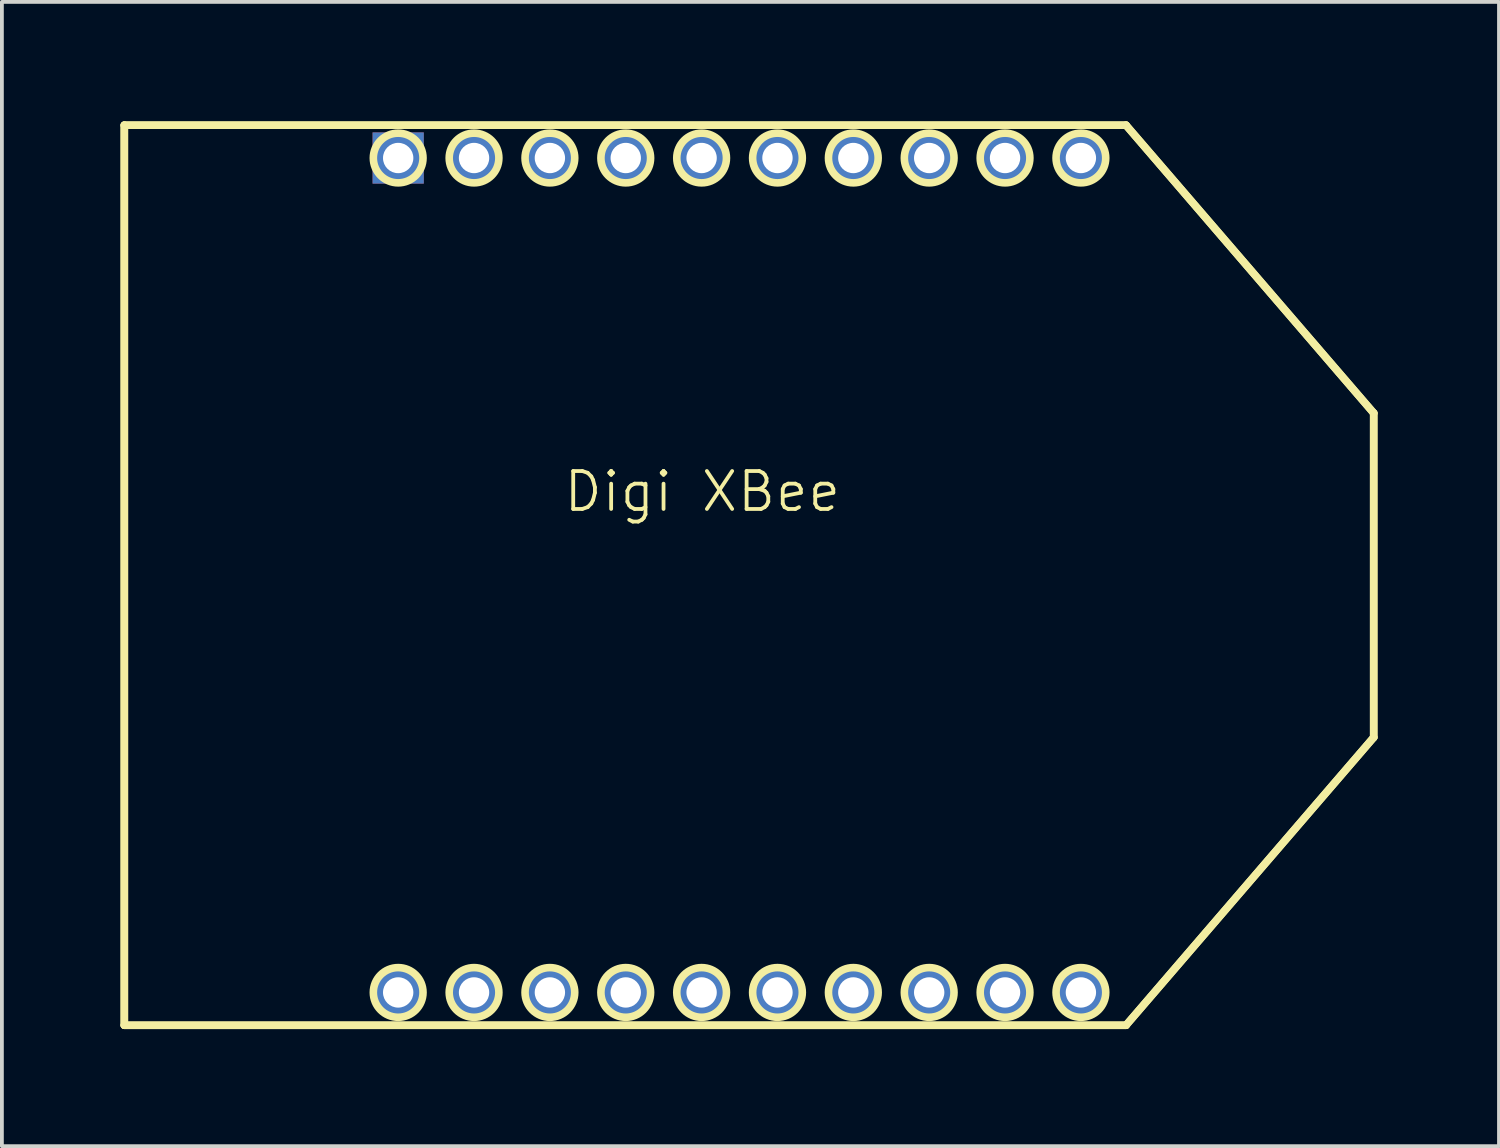
<source format=kicad_pcb>
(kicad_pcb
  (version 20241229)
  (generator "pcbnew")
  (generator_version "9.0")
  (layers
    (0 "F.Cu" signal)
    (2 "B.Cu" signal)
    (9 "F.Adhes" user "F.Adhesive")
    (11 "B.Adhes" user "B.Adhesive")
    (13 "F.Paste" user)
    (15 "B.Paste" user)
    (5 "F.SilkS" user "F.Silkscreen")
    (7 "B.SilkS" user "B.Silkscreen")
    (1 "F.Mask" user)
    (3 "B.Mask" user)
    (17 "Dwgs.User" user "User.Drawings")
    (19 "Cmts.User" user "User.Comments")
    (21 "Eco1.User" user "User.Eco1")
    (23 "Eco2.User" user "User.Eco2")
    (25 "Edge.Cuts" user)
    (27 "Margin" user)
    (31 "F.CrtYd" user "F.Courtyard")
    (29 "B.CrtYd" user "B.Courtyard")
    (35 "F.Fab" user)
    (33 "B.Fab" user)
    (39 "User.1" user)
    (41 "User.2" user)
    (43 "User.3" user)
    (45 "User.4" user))
  (footprint "Digi XBee"
    (layer "F.Cu")
    (at 15.468 10.411)
    (property "Reference" "Digi XBee" (at 0 -0.5 0) (unlocked yes) (layer "F.SilkS") (effects (font (size 1 1) (thickness 0.1))))
    (attr through_hole)
    (fp_line (start -15.24 -10.16) (end -15.24 13.57) (stroke (width 0.2) (type solid)) (layer "F.SilkS"))
    (fp_line (start -15.24 -10.16) (end -15.24 13.57) (stroke (width 0.2) (type solid)) (layer "F.SilkS"))
    (fp_line (start -15.24 13.57) (end 11.17 13.57) (stroke (width 0.2) (type solid)) (layer "F.SilkS"))
    (fp_line (start -15.24 13.57) (end 11.17 13.57) (stroke (width 0.2) (type solid)) (layer "F.SilkS"))
    (fp_line (start 11.17 -10.16) (end -15.24 -10.16) (stroke (width 0.2) (type solid)) (layer "F.SilkS"))
    (fp_line (start 11.17 -10.16) (end -15.24 -10.16) (stroke (width 0.2) (type solid)) (layer "F.SilkS"))
    (fp_line (start 11.17 13.57) (end 17.7 5.98) (stroke (width 0.2) (type solid)) (layer "F.SilkS"))
    (fp_line (start 11.17 13.57) (end 17.7 5.98) (stroke (width 0.2) (type solid)) (layer "F.SilkS"))
    (fp_line (start 17.7 -2.57) (end 11.17 -10.16) (stroke (width 0.2) (type solid)) (layer "F.SilkS"))
    (fp_line (start 17.7 -2.57) (end 11.17 -10.16) (stroke (width 0.2) (type solid)) (layer "F.SilkS"))
    (fp_line (start 17.7 5.98) (end 17.7 -2.57) (stroke (width 0.2) (type solid)) (layer "F.SilkS"))
    (fp_line (start 17.7 5.98) (end 17.7 -2.57) (stroke (width 0.2) (type solid)) (layer "F.SilkS"))
    (fp_circle (center -8.02 -9.295) (end -7.365 -9.295) (stroke (width 0.2) (type solid)) (fill no) (layer "F.SilkS"))
    (fp_circle (center -8.02 12.705) (end -7.365 12.705) (stroke (width 0.2) (type solid)) (fill no) (layer "F.SilkS"))
    (fp_circle (center -6.02 -9.295) (end -5.365 -9.295) (stroke (width 0.2) (type solid)) (fill no) (layer "F.SilkS"))
    (fp_circle (center -6.02 12.705) (end -5.365 12.705) (stroke (width 0.2) (type solid)) (fill no) (layer "F.SilkS"))
    (fp_circle (center -4.02 -9.295) (end -3.365 -9.295) (stroke (width 0.2) (type solid)) (fill no) (layer "F.SilkS"))
    (fp_circle (center -4.02 12.705) (end -3.365 12.705) (stroke (width 0.2) (type solid)) (fill no) (layer "F.SilkS"))
    (fp_circle (center -2.02 -9.295) (end -1.365 -9.295) (stroke (width 0.2) (type solid)) (fill no) (layer "F.SilkS"))
    (fp_circle (center -2.02 12.705) (end -1.365 12.705) (stroke (width 0.2) (type solid)) (fill no) (layer "F.SilkS"))
    (fp_circle (center -0.02 -9.295) (end 0.635 -9.295) (stroke (width 0.2) (type solid)) (fill no) (layer "F.SilkS"))
    (fp_circle (center -0.02 12.705) (end 0.635 12.705) (stroke (width 0.2) (type solid)) (fill no) (layer "F.SilkS"))
    (fp_circle (center 1.98 -9.295) (end 2.635 -9.295) (stroke (width 0.2) (type solid)) (fill no) (layer "F.SilkS"))
    (fp_circle (center 1.98 12.705) (end 2.635 12.705) (stroke (width 0.2) (type solid)) (fill no) (layer "F.SilkS"))
    (fp_circle (center 3.98 -9.295) (end 4.635 -9.295) (stroke (width 0.2) (type solid)) (fill no) (layer "F.SilkS"))
    (fp_circle (center 3.98 12.705) (end 4.635 12.705) (stroke (width 0.2) (type solid)) (fill no) (layer "F.SilkS"))
    (fp_circle (center 5.98 -9.295) (end 6.635 -9.295) (stroke (width 0.2) (type solid)) (fill no) (layer "F.SilkS"))
    (fp_circle (center 5.98 12.705) (end 6.635 12.705) (stroke (width 0.2) (type solid)) (fill no) (layer "F.SilkS"))
    (fp_circle (center 7.98 -9.295) (end 8.635 -9.295) (stroke (width 0.2) (type solid)) (fill no) (layer "F.SilkS"))
    (fp_circle (center 7.98 12.705) (end 8.635 12.705) (stroke (width 0.2) (type solid)) (fill no) (layer "F.SilkS"))
    (fp_circle (center 9.98 -9.295) (end 10.635 -9.295) (stroke (width 0.2) (type solid)) (fill no) (layer "F.SilkS"))
    (fp_circle (center 9.98 12.705) (end 10.635 12.705) (stroke (width 0.2) (type solid)) (fill no) (layer "F.SilkS"))
    (fp_line (start -15.367 -10.31) (end -15.367 13.657) (stroke (width 0.202) (type solid)) (layer "Margin"))
    (fp_line (start -15.367 -10.31) (end -15.367 13.657) (stroke (width 0.202) (type solid)) (layer "Margin"))
    (fp_line (start -15.367 13.657) (end 11.307 13.657) (stroke (width 0.202) (type solid)) (layer "Margin"))
    (fp_line (start -15.367 13.657) (end 11.307 13.657) (stroke (width 0.202) (type solid)) (layer "Margin"))
    (fp_line (start 11.307 -10.31) (end -15.367 -10.31) (stroke (width 0.202) (type solid)) (layer "Margin"))
    (fp_line (start 11.307 -10.31) (end -15.367 -10.31) (stroke (width 0.202) (type solid)) (layer "Margin"))
    (fp_line (start 11.307 13.657) (end 17.903 5.991) (stroke (width 0.202) (type solid)) (layer "Margin"))
    (fp_line (start 11.307 13.657) (end 17.903 5.991) (stroke (width 0.202) (type solid)) (layer "Margin"))
    (fp_line (start 17.903 -2.644) (end 11.307 -10.31) (stroke (width 0.202) (type solid)) (layer "Margin"))
    (fp_line (start 17.903 -2.644) (end 11.307 -10.31) (stroke (width 0.202) (type solid)) (layer "Margin"))
    (fp_line (start 17.903 5.991) (end 17.903 -2.644) (stroke (width 0.202) (type solid)) (layer "Margin"))
    (fp_line (start 17.903 5.991) (end 17.903 -2.644) (stroke (width 0.202) (type solid)) (layer "Margin"))
    (pad "1" thru_hole oval (at 9.98 -9.295 90) (size 1.35 1.35) (drill 0.8) (layers "*.Cu" "*.Mask"))
    (pad "2" thru_hole oval (at 7.98 -9.295 90) (size 1.35 1.35) (drill 0.8) (layers "*.Cu" "*.Mask"))
    (pad "3" thru_hole oval (at 5.98 -9.295 90) (size 1.35 1.35) (drill 0.8) (layers "*.Cu" "*.Mask"))
    (pad "4" thru_hole oval (at 3.98 -9.295 90) (size 1.35 1.35) (drill 0.8) (layers "*.Cu" "*.Mask"))
    (pad "5" thru_hole oval (at 1.98 -9.295 90) (size 1.35 1.35) (drill 0.8) (layers "*.Cu" "*.Mask"))
    (pad "6" thru_hole oval (at -0.02 -9.295 90) (size 1.35 1.35) (drill 0.8) (layers "*.Cu" "*.Mask"))
    (pad "7" thru_hole oval (at -2.02 -9.295 90) (size 1.35 1.35) (drill 0.8) (layers "*.Cu" "*.Mask"))
    (pad "8" thru_hole oval (at -4.02 -9.295 90) (size 1.35 1.35) (drill 0.8) (layers "*.Cu" "*.Mask"))
    (pad "9" thru_hole oval (at -6.02 -9.295 90) (size 1.35 1.35) (drill 0.8) (layers "*.Cu" "*.Mask"))
    (pad "10" thru_hole rect (at -8.02 -9.295 90) (size 1.35 1.35) (drill 0.8) (layers "*.Cu" "*.Mask"))
    (pad "11" thru_hole oval (at -8.02 12.705 90) (size 1.35 1.35) (drill 0.8) (layers "*.Cu" "*.Mask"))
    (pad "12" thru_hole oval (at -6.02 12.705 90) (size 1.35 1.35) (drill 0.8) (layers "*.Cu" "*.Mask"))
    (pad "13" thru_hole oval (at -4.02 12.705 90) (size 1.35 1.35) (drill 0.8) (layers "*.Cu" "*.Mask"))
    (pad "14" thru_hole oval (at -2.02 12.705 90) (size 1.35 1.35) (drill 0.8) (layers "*.Cu" "*.Mask"))
    (pad "15" thru_hole oval (at -0.02 12.705 90) (size 1.35 1.35) (drill 0.8) (layers "*.Cu" "*.Mask"))
    (pad "16" thru_hole oval (at 1.98 12.705 90) (size 1.35 1.35) (drill 0.8) (layers "*.Cu" "*.Mask"))
    (pad "17" thru_hole oval (at 3.98 12.705 90) (size 1.35 1.35) (drill 0.8) (layers "*.Cu" "*.Mask"))
    (pad "18" thru_hole oval (at 5.98 12.705 90) (size 1.35 1.35) (drill 0.8) (layers "*.Cu" "*.Mask"))
    (pad "19" thru_hole oval (at 7.98 12.705 90) (size 1.35 1.35) (drill 0.8) (layers "*.Cu" "*.Mask"))
    (pad "20" thru_hole oval (at 9.98 12.705 90) (size 1.35 1.35) (drill 0.8) (layers "*.Cu" "*.Mask")))
  (gr_rect
    (start -3 -3)
    (end 36.471 27.169)
    (stroke (width 0.1) (type default))
    (fill no)
    (layer "Edge.Cuts")))
</source>
